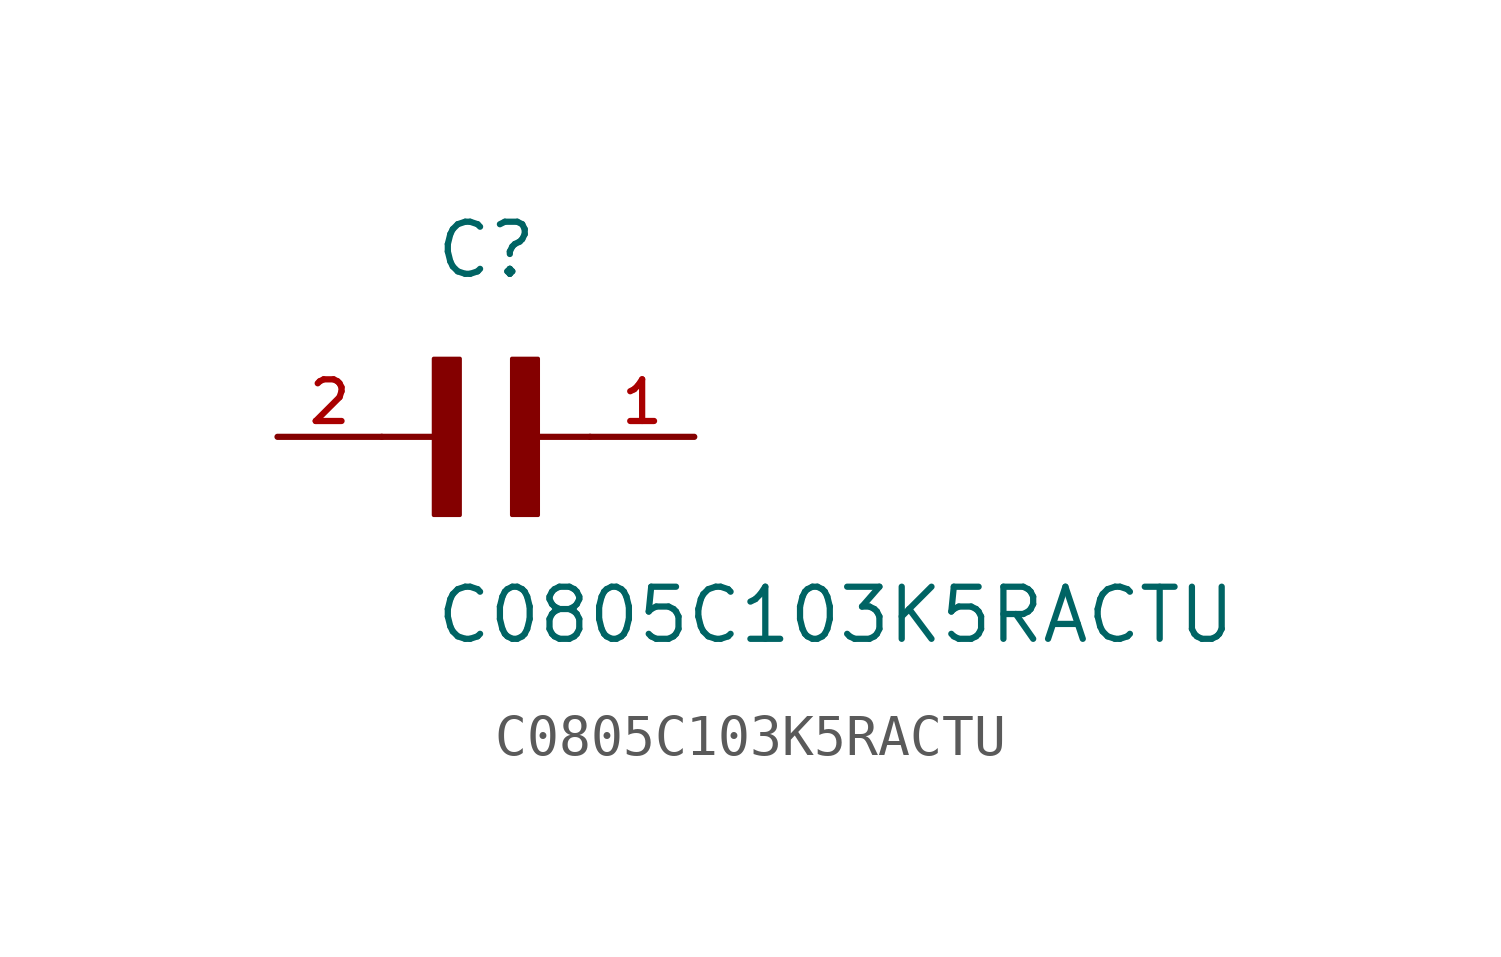
<source format=kicad_sym>
(kicad_symbol_lib
  (version 20211014)
  (generator kicad_symbol_editor)
  (symbol "C0805C103K5RACTU"
    (pin_names
      (offset 1.016))
    (property "Reference" "C"
      (at -1.27 3.811 0)
      (effects (font (size 1.27 1.27)) (justify bottom left)))
    (property "Value" "C0805C103K5RACTU"
      (at -1.27 -5.088 0)
      (effects (font (size 1.27 1.27)) (justify bottom left)))
    (symbol "C0805C103K5RACTU_0_0"
      (rectangle (start -1.27 -1.907) (end -0.635 1.905) (stroke (width 0.1)) (fill (type outline)))
      (rectangle (start 0.637 -1.907) (end 1.27 1.905) (stroke (width 0.1)) (fill (type outline)))
      (polyline (pts (xy -2.54 0.0) (xy -1.27 0.0)) (stroke (width 0.152)))
      (polyline (pts (xy 2.54 0.0) (xy 1.27 0.0)) (stroke (width 0.152)))
      (pin passive line (at 5.08 0.0 180.0) (length 2.54) (name "~" (effects (font (size 1.016 1.016)))) (number "1" (effects (font (size 1.016 1.016)))))
      (pin passive line (at -5.08 0.0 0) (length 2.54) (name "~" (effects (font (size 1.016 1.016)))) (number "2" (effects (font (size 1.016 1.016))))))))
</source>
